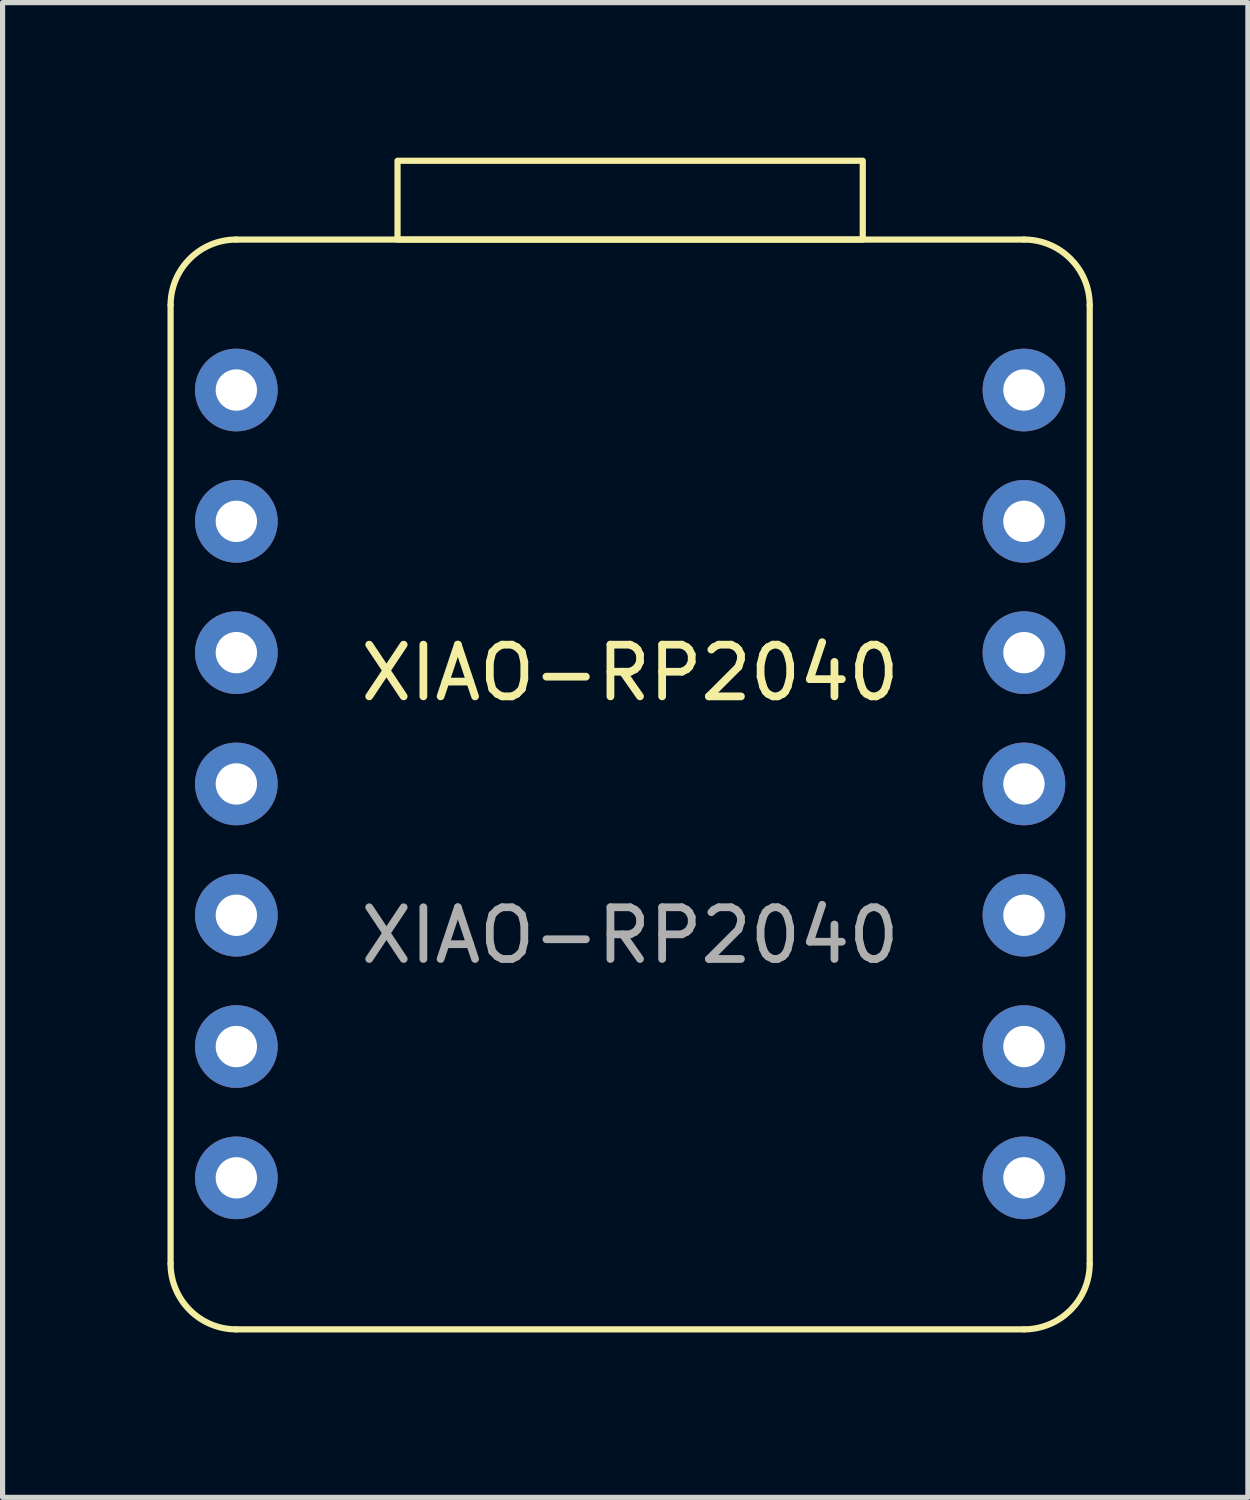
<source format=kicad_pcb>
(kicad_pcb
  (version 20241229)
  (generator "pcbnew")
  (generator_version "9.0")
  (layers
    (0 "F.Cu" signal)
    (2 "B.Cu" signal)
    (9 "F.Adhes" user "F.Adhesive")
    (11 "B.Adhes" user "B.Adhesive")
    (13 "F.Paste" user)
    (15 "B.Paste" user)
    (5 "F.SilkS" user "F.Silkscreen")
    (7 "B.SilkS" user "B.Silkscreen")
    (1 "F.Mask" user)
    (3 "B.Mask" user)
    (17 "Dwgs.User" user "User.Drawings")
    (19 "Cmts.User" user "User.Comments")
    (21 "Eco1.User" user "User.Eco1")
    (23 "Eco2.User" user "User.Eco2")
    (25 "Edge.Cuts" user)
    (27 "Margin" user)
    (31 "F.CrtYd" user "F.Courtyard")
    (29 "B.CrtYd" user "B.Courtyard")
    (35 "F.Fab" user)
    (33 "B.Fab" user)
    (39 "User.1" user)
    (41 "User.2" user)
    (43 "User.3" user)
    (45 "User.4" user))
  (footprint "XIAO-RP2040"
    (layer "F.Cu")
    (at 0.25 22.666)
    (property "Reference" "XIAO-RP2040" (at 8.89 -12.7 0) (unlocked yes) (layer "F.SilkS") (effects (font (size 1 1) (thickness 0.15))))
    (attr through_hole)
    (fp_line (start 0 -1.27) (end 0 -19.812) (stroke (width 0.12) (type solid)) (layer "F.SilkS"))
    (fp_line (start 1.27 -21.082) (end 16.51 -21.082) (stroke (width 0.12) (type solid)) (layer "F.SilkS"))
    (fp_line (start 16.51 0) (end 1.27 0) (stroke (width 0.12) (type solid)) (layer "F.SilkS"))
    (fp_line (start 17.78 -19.812) (end 17.78 -1.27) (stroke (width 0.12) (type solid)) (layer "F.SilkS"))
    (fp_rect (start 4.39 -21.082) (end 13.39 -22.606) (stroke (width 0.12) (type solid)) (fill no) (layer "F.SilkS"))
    (fp_arc (start 0 -19.812) (mid 0.371974 -20.710026) (end 1.27 -21.082) (stroke (width 0.12) (type solid)) (layer "F.SilkS"))
    (fp_arc (start 1.27 0) (mid 0.371974 -0.371974) (end 0 -1.27) (stroke (width 0.12) (type solid)) (layer "F.SilkS"))
    (fp_arc (start 16.51 -21.082) (mid 17.408026 -20.710026) (end 17.78 -19.812) (stroke (width 0.12) (type solid)) (layer "F.SilkS"))
    (fp_arc (start 17.78 -1.27) (mid 17.408026 -0.371974) (end 16.51 0) (stroke (width 0.12) (type solid)) (layer "F.SilkS"))
    (fp_text user "${REFERENCE}" (at 8.89 -7.62 0) (unlocked yes) (layer "F.Fab") (effects (font (size 1 1) (thickness 0.15))))
    (pad "1" thru_hole circle (at 1.272 -18.171) (size 1.6 1.6) (drill 0.8) (layers "*.Cu" "*.Mask"))
    (pad "2" thru_hole circle (at 1.272 -15.631) (size 1.6 1.6) (drill 0.8) (layers "*.Cu" "*.Mask"))
    (pad "3" thru_hole circle (at 1.272 -13.091) (size 1.6 1.6) (drill 0.8) (layers "*.Cu" "*.Mask"))
    (pad "4" thru_hole circle (at 1.272 -10.551) (size 1.6 1.6) (drill 0.8) (layers "*.Cu" "*.Mask"))
    (pad "5" thru_hole circle (at 1.272 -8.011) (size 1.6 1.6) (drill 0.8) (layers "*.Cu" "*.Mask"))
    (pad "6" thru_hole circle (at 1.272 -5.471) (size 1.6 1.6) (drill 0.8) (layers "*.Cu" "*.Mask"))
    (pad "7" thru_hole circle (at 1.272 -2.931) (size 1.6 1.6) (drill 0.8) (layers "*.Cu" "*.Mask"))
    (pad "8" thru_hole circle (at 16.508 -2.931) (size 1.6 1.6) (drill 0.8) (layers "*.Cu" "*.Mask"))
    (pad "9" thru_hole circle (at 16.508 -5.471) (size 1.6 1.6) (drill 0.8) (layers "*.Cu" "*.Mask"))
    (pad "10" thru_hole circle (at 16.508 -8.011) (size 1.6 1.6) (drill 0.8) (layers "*.Cu" "*.Mask"))
    (pad "11" thru_hole circle (at 16.508 -10.551) (size 1.6 1.6) (drill 0.8) (layers "*.Cu" "*.Mask"))
    (pad "12" thru_hole circle (at 16.508 -13.091) (size 1.6 1.6) (drill 0.8) (layers "*.Cu" "*.Mask"))
    (pad "13" thru_hole circle (at 16.508 -15.631) (size 1.6 1.6) (drill 0.8) (layers "*.Cu" "*.Mask"))
    (pad "14" thru_hole circle (at 16.508 -18.171) (size 1.6 1.6) (drill 0.8) (layers "*.Cu" "*.Mask")))
  (gr_rect
    (start -3 -3)
    (end 21.09 25.916)
    (stroke (width 0.1) (type default))
    (fill no)
    (layer "Edge.Cuts")))
</source>
